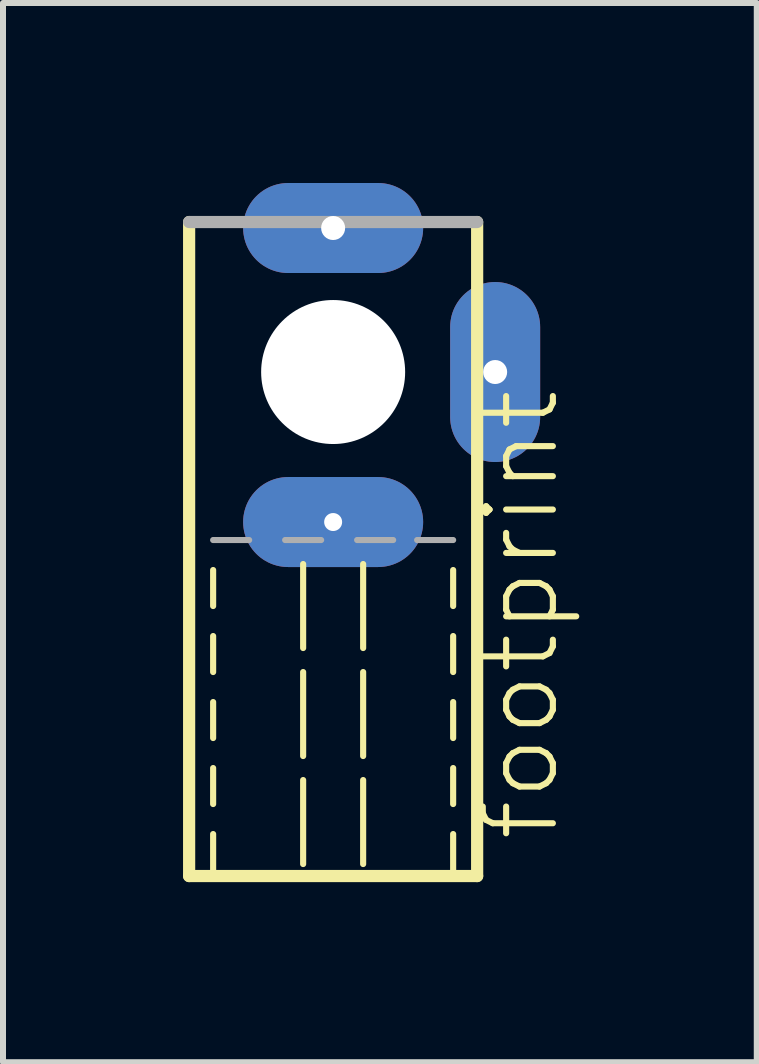
<source format=kicad_pcb>
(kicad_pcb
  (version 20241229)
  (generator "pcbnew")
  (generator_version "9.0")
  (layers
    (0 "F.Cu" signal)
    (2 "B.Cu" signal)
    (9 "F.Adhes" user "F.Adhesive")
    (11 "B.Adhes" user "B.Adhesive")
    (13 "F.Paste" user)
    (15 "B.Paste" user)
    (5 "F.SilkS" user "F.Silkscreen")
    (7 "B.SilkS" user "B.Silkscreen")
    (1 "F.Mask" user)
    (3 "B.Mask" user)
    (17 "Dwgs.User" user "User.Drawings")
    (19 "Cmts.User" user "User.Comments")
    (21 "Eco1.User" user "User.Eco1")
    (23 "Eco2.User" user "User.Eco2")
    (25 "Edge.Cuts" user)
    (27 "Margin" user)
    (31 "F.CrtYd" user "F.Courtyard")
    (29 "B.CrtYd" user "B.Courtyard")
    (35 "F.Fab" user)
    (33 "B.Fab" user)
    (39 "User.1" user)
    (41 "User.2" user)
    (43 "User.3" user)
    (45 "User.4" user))
  (footprint "footprint"
    (layer "F.Cu")
    (at 2.502 6.57)
    (property "Reference" "footprint" (at 3.81 4.445 90) (layer "F.SilkS") (effects (font (size 1.168 1.168) (thickness 0.102)) (justify left bottom)))
    (fp_line (start -2.4 -5.92) (end -2.4 4.98) (stroke (width 0.203) (type solid)) (layer "F.SilkS"))
    (fp_line (start -2.4 4.98) (end 2.4 4.98) (stroke (width 0.203) (type solid)) (layer "F.SilkS"))
    (fp_line (start -2 0.48) (end -2 -0.12) (stroke (width 0.102) (type solid)) (layer "F.SilkS"))
    (fp_line (start -2 1.58) (end -2 0.98) (stroke (width 0.102) (type solid)) (layer "F.SilkS"))
    (fp_line (start -2 2.68) (end -2 2.08) (stroke (width 0.102) (type solid)) (layer "F.SilkS"))
    (fp_line (start -2 3.78) (end -2 3.18) (stroke (width 0.102) (type solid)) (layer "F.SilkS"))
    (fp_line (start -2 4.88) (end -2 4.28) (stroke (width 0.102) (type solid)) (layer "F.SilkS"))
    (fp_line (start -0.5 1.18) (end -0.5 -0.22) (stroke (width 0.102) (type solid)) (layer "F.SilkS"))
    (fp_line (start -0.5 2.98) (end -0.5 1.58) (stroke (width 0.102) (type solid)) (layer "F.SilkS"))
    (fp_line (start -0.5 4.78) (end -0.5 3.38) (stroke (width 0.102) (type solid)) (layer "F.SilkS"))
    (fp_line (start 0.5 1.18) (end 0.5 -0.22) (stroke (width 0.102) (type solid)) (layer "F.SilkS"))
    (fp_line (start 0.5 2.98) (end 0.5 1.58) (stroke (width 0.102) (type solid)) (layer "F.SilkS"))
    (fp_line (start 0.5 4.78) (end 0.5 3.38) (stroke (width 0.102) (type solid)) (layer "F.SilkS"))
    (fp_line (start 2 0.48) (end 2 -0.12) (stroke (width 0.102) (type solid)) (layer "F.SilkS"))
    (fp_line (start 2 1.58) (end 2 0.98) (stroke (width 0.102) (type solid)) (layer "F.SilkS"))
    (fp_line (start 2 2.68) (end 2 2.08) (stroke (width 0.102) (type solid)) (layer "F.SilkS"))
    (fp_line (start 2 3.78) (end 2 3.18) (stroke (width 0.102) (type solid)) (layer "F.SilkS"))
    (fp_line (start 2 4.88) (end 2 4.28) (stroke (width 0.102) (type solid)) (layer "F.SilkS"))
    (fp_line (start 2.4 4.98) (end 2.4 -5.92) (stroke (width 0.203) (type solid)) (layer "F.SilkS"))
    (fp_line (start -1.4 -0.62) (end -2 -0.62) (stroke (width 0.102) (type solid)) (layer "F.Fab"))
    (fp_line (start -0.2 -0.62) (end -0.8 -0.62) (stroke (width 0.102) (type solid)) (layer "F.Fab"))
    (fp_line (start 1 -0.62) (end 0.4 -0.62) (stroke (width 0.102) (type solid)) (layer "F.Fab"))
    (fp_line (start 2 -0.62) (end 1.4 -0.62) (stroke (width 0.102) (type solid)) (layer "F.Fab"))
    (fp_line (start 2.4 -5.92) (end -2.4 -5.92) (stroke (width 0.203) (type solid)) (layer "F.Fab"))
    (pad "" np_thru_hole circle (at 0 -3.42) (size 2.4 2.4) (drill 2.4) (layers "*.Cu" "*.Mask"))
    (pad "1" thru_hole oval (at 0 -5.82) (size 3 1.5) (drill 0.4) (layers "*.Cu" "*.Mask"))
    (pad "2" thru_hole oval (at 0 -0.92) (size 3 1.5) (drill 0.3) (layers "*.Cu" "*.Mask"))
    (pad "3" thru_hole oval (at 2.7 -3.42 90) (size 3 1.5) (drill 0.4) (layers "*.Cu" "*.Mask")))
  (gr_rect
    (start -3 -3)
    (end 9.562 14.652)
    (stroke (width 0.1) (type default))
    (fill no)
    (layer "Edge.Cuts")))
</source>
